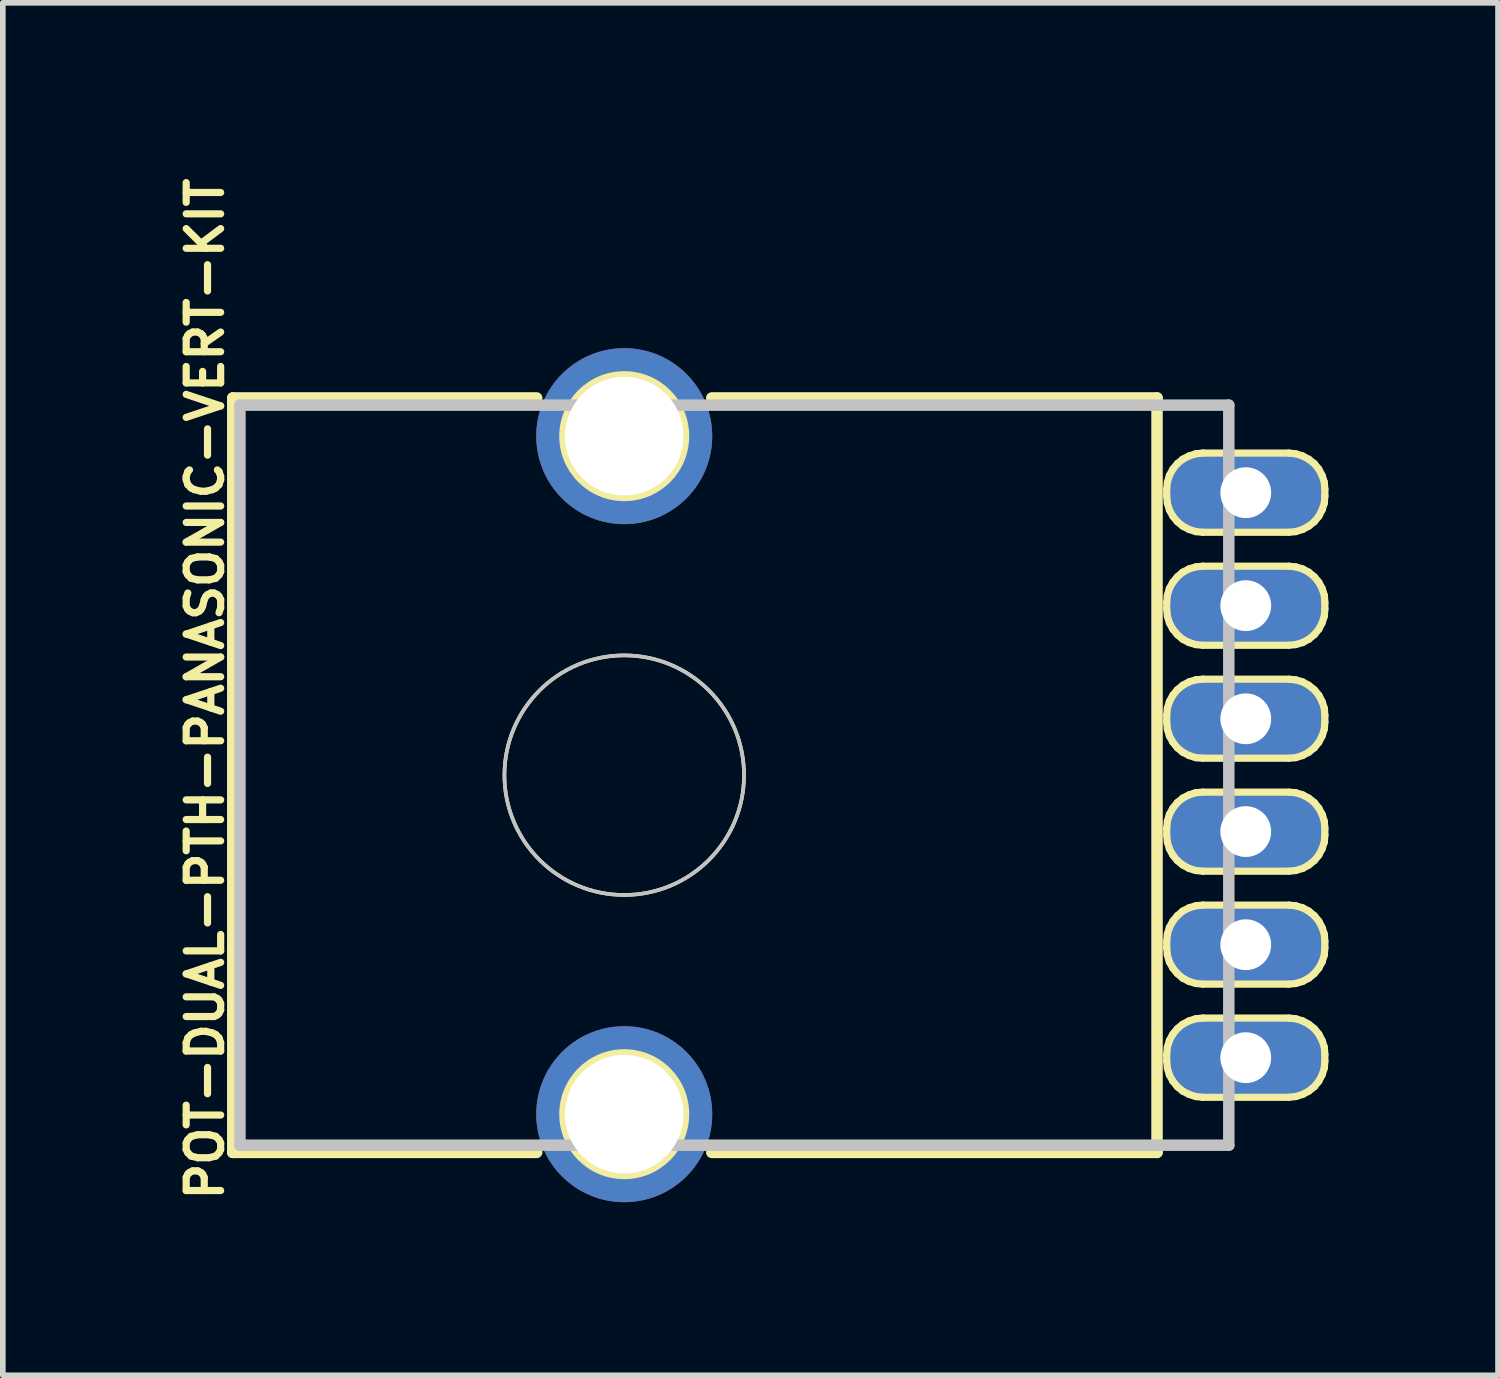
<source format=kicad_pcb>
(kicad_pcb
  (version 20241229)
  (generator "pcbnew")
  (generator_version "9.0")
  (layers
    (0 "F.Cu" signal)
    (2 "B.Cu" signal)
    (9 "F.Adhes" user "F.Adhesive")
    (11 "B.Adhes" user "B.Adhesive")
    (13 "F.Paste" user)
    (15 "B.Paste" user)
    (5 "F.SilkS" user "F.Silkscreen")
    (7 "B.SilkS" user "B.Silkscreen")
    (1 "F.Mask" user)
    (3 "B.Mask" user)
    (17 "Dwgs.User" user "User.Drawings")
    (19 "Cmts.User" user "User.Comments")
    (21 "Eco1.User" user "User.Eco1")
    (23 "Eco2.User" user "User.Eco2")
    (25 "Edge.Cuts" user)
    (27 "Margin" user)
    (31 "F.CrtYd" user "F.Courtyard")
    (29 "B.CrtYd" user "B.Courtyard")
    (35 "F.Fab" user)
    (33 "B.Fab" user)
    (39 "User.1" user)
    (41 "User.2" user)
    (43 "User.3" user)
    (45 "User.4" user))
  (footprint "POT-DUAL-PTH-PANASONIC-VERT-KIT"
    (layer "F.Cu")
    (at 7.996 10.667)
    (property "Reference" "POT-DUAL-PTH-PANASONIC-VERT-KIT" (at -7.417 -1.524 90) (layer "F.SilkS") (effects (font (size 0.61 0.61) (thickness 0.127))))
    (attr exclude_from_pos_files exclude_from_bom)
    (fp_line (start -6.927 -6.675) (end -1.549 -6.675) (stroke (width 0.203) (type solid)) (layer "F.SilkS"))
    (fp_line (start -6.927 6.675) (end -6.927 -6.675) (stroke (width 0.203) (type solid)) (layer "F.SilkS"))
    (fp_line (start -1.549 6.675) (end -6.927 6.675) (stroke (width 0.203) (type solid)) (layer "F.SilkS"))
    (fp_line (start 1.549 -6.675) (end 9.428 -6.675) (stroke (width 0.203) (type solid)) (layer "F.SilkS"))
    (fp_line (start 9.428 -6.675) (end 9.428 6.675) (stroke (width 0.203) (type solid)) (layer "F.SilkS"))
    (fp_line (start 9.428 6.675) (end 1.549 6.675) (stroke (width 0.203) (type solid)) (layer "F.SilkS"))
    (fp_line (start 9.599 -5.06) (end 9.611 -5.184) (stroke (width 0.127) (type solid)) (layer "F.SilkS"))
    (fp_line (start 9.599 -4.94) (end 9.599 -5.06) (stroke (width 0.127) (type solid)) (layer "F.SilkS"))
    (fp_line (start 9.599 -3.058) (end 9.611 -3.183) (stroke (width 0.127) (type solid)) (layer "F.SilkS"))
    (fp_line (start 9.599 -2.939) (end 9.599 -3.058) (stroke (width 0.127) (type solid)) (layer "F.SilkS"))
    (fp_line (start 9.599 -1.059) (end 9.611 -1.184) (stroke (width 0.127) (type solid)) (layer "F.SilkS"))
    (fp_line (start 9.599 -0.94) (end 9.599 -1.059) (stroke (width 0.127) (type solid)) (layer "F.SilkS"))
    (fp_line (start 9.599 0.94) (end 9.611 0.815) (stroke (width 0.127) (type solid)) (layer "F.SilkS"))
    (fp_line (start 9.599 1.059) (end 9.599 0.94) (stroke (width 0.127) (type solid)) (layer "F.SilkS"))
    (fp_line (start 9.599 2.939) (end 9.611 2.814) (stroke (width 0.127) (type solid)) (layer "F.SilkS"))
    (fp_line (start 9.599 3.058) (end 9.599 2.939) (stroke (width 0.127) (type solid)) (layer "F.SilkS"))
    (fp_line (start 9.599 4.94) (end 9.611 4.813) (stroke (width 0.127) (type solid)) (layer "F.SilkS"))
    (fp_line (start 9.599 5.06) (end 9.599 4.94) (stroke (width 0.127) (type solid)) (layer "F.SilkS"))
    (fp_line (start 9.611 -5.184) (end 9.647 -5.304) (stroke (width 0.127) (type solid)) (layer "F.SilkS"))
    (fp_line (start 9.611 -4.813) (end 9.599 -4.94) (stroke (width 0.127) (type solid)) (layer "F.SilkS"))
    (fp_line (start 9.611 -3.183) (end 9.647 -3.305) (stroke (width 0.127) (type solid)) (layer "F.SilkS"))
    (fp_line (start 9.611 -2.814) (end 9.599 -2.939) (stroke (width 0.127) (type solid)) (layer "F.SilkS"))
    (fp_line (start 9.611 -1.184) (end 9.647 -1.303) (stroke (width 0.127) (type solid)) (layer "F.SilkS"))
    (fp_line (start 9.611 -0.815) (end 9.599 -0.94) (stroke (width 0.127) (type solid)) (layer "F.SilkS"))
    (fp_line (start 9.611 0.815) (end 9.647 0.693) (stroke (width 0.127) (type solid)) (layer "F.SilkS"))
    (fp_line (start 9.611 1.184) (end 9.599 1.059) (stroke (width 0.127) (type solid)) (layer "F.SilkS"))
    (fp_line (start 9.611 2.814) (end 9.647 2.695) (stroke (width 0.127) (type solid)) (layer "F.SilkS"))
    (fp_line (start 9.611 3.183) (end 9.599 3.058) (stroke (width 0.127) (type solid)) (layer "F.SilkS"))
    (fp_line (start 9.611 4.813) (end 9.647 4.694) (stroke (width 0.127) (type solid)) (layer "F.SilkS"))
    (fp_line (start 9.611 5.184) (end 9.599 5.06) (stroke (width 0.127) (type solid)) (layer "F.SilkS"))
    (fp_line (start 9.647 -5.304) (end 9.708 -5.415) (stroke (width 0.127) (type solid)) (layer "F.SilkS"))
    (fp_line (start 9.647 -4.694) (end 9.611 -4.813) (stroke (width 0.127) (type solid)) (layer "F.SilkS"))
    (fp_line (start 9.647 -3.305) (end 9.708 -3.414) (stroke (width 0.127) (type solid)) (layer "F.SilkS"))
    (fp_line (start 9.647 -2.695) (end 9.611 -2.814) (stroke (width 0.127) (type solid)) (layer "F.SilkS"))
    (fp_line (start 9.647 -1.303) (end 9.708 -1.415) (stroke (width 0.127) (type solid)) (layer "F.SilkS"))
    (fp_line (start 9.647 -0.693) (end 9.611 -0.815) (stroke (width 0.127) (type solid)) (layer "F.SilkS"))
    (fp_line (start 9.647 0.693) (end 9.708 0.584) (stroke (width 0.127) (type solid)) (layer "F.SilkS"))
    (fp_line (start 9.647 1.303) (end 9.611 1.184) (stroke (width 0.127) (type solid)) (layer "F.SilkS"))
    (fp_line (start 9.647 2.695) (end 9.708 2.583) (stroke (width 0.127) (type solid)) (layer "F.SilkS"))
    (fp_line (start 9.647 3.305) (end 9.611 3.183) (stroke (width 0.127) (type solid)) (layer "F.SilkS"))
    (fp_line (start 9.647 4.694) (end 9.708 4.582) (stroke (width 0.127) (type solid)) (layer "F.SilkS"))
    (fp_line (start 9.647 5.304) (end 9.611 5.184) (stroke (width 0.127) (type solid)) (layer "F.SilkS"))
    (fp_line (start 9.708 -5.415) (end 9.787 -5.512) (stroke (width 0.127) (type solid)) (layer "F.SilkS"))
    (fp_line (start 9.708 -4.582) (end 9.647 -4.694) (stroke (width 0.127) (type solid)) (layer "F.SilkS"))
    (fp_line (start 9.708 -3.414) (end 9.787 -3.51) (stroke (width 0.127) (type solid)) (layer "F.SilkS"))
    (fp_line (start 9.708 -2.583) (end 9.647 -2.695) (stroke (width 0.127) (type solid)) (layer "F.SilkS"))
    (fp_line (start 9.708 -1.415) (end 9.787 -1.511) (stroke (width 0.127) (type solid)) (layer "F.SilkS"))
    (fp_line (start 9.708 -0.584) (end 9.647 -0.693) (stroke (width 0.127) (type solid)) (layer "F.SilkS"))
    (fp_line (start 9.708 0.584) (end 9.787 0.485) (stroke (width 0.127) (type solid)) (layer "F.SilkS"))
    (fp_line (start 9.708 1.415) (end 9.647 1.303) (stroke (width 0.127) (type solid)) (layer "F.SilkS"))
    (fp_line (start 9.708 2.583) (end 9.787 2.487) (stroke (width 0.127) (type solid)) (layer "F.SilkS"))
    (fp_line (start 9.708 3.414) (end 9.647 3.305) (stroke (width 0.127) (type solid)) (layer "F.SilkS"))
    (fp_line (start 9.708 4.582) (end 9.787 4.486) (stroke (width 0.127) (type solid)) (layer "F.SilkS"))
    (fp_line (start 9.708 5.415) (end 9.647 5.304) (stroke (width 0.127) (type solid)) (layer "F.SilkS"))
    (fp_line (start 9.787 -5.512) (end 9.883 -5.591) (stroke (width 0.127) (type solid)) (layer "F.SilkS"))
    (fp_line (start 9.787 -4.486) (end 9.708 -4.582) (stroke (width 0.127) (type solid)) (layer "F.SilkS"))
    (fp_line (start 9.787 -3.51) (end 9.883 -3.592) (stroke (width 0.127) (type solid)) (layer "F.SilkS"))
    (fp_line (start 9.787 -2.487) (end 9.708 -2.583) (stroke (width 0.127) (type solid)) (layer "F.SilkS"))
    (fp_line (start 9.787 -1.511) (end 9.883 -1.59) (stroke (width 0.127) (type solid)) (layer "F.SilkS"))
    (fp_line (start 9.787 -0.485) (end 9.708 -0.584) (stroke (width 0.127) (type solid)) (layer "F.SilkS"))
    (fp_line (start 9.787 0.485) (end 9.883 0.406) (stroke (width 0.127) (type solid)) (layer "F.SilkS"))
    (fp_line (start 9.787 1.511) (end 9.708 1.415) (stroke (width 0.127) (type solid)) (layer "F.SilkS"))
    (fp_line (start 9.787 2.487) (end 9.883 2.405) (stroke (width 0.127) (type solid)) (layer "F.SilkS"))
    (fp_line (start 9.787 3.51) (end 9.708 3.414) (stroke (width 0.127) (type solid)) (layer "F.SilkS"))
    (fp_line (start 9.787 4.486) (end 9.883 4.407) (stroke (width 0.127) (type solid)) (layer "F.SilkS"))
    (fp_line (start 9.787 5.512) (end 9.708 5.415) (stroke (width 0.127) (type solid)) (layer "F.SilkS"))
    (fp_line (start 9.883 -5.591) (end 9.995 -5.649) (stroke (width 0.127) (type solid)) (layer "F.SilkS"))
    (fp_line (start 9.883 -4.407) (end 9.787 -4.486) (stroke (width 0.127) (type solid)) (layer "F.SilkS"))
    (fp_line (start 9.883 -3.592) (end 9.995 -3.65) (stroke (width 0.127) (type solid)) (layer "F.SilkS"))
    (fp_line (start 9.883 -2.405) (end 9.787 -2.487) (stroke (width 0.127) (type solid)) (layer "F.SilkS"))
    (fp_line (start 9.883 -1.59) (end 9.995 -1.651) (stroke (width 0.127) (type solid)) (layer "F.SilkS"))
    (fp_line (start 9.883 -0.406) (end 9.787 -0.485) (stroke (width 0.127) (type solid)) (layer "F.SilkS"))
    (fp_line (start 9.883 0.406) (end 9.995 0.348) (stroke (width 0.127) (type solid)) (layer "F.SilkS"))
    (fp_line (start 9.883 1.59) (end 9.787 1.511) (stroke (width 0.127) (type solid)) (layer "F.SilkS"))
    (fp_line (start 9.883 2.405) (end 9.995 2.347) (stroke (width 0.127) (type solid)) (layer "F.SilkS"))
    (fp_line (start 9.883 3.592) (end 9.787 3.51) (stroke (width 0.127) (type solid)) (layer "F.SilkS"))
    (fp_line (start 9.883 4.407) (end 9.995 4.348) (stroke (width 0.127) (type solid)) (layer "F.SilkS"))
    (fp_line (start 9.883 5.591) (end 9.787 5.512) (stroke (width 0.127) (type solid)) (layer "F.SilkS"))
    (fp_line (start 9.995 -5.649) (end 10.114 -5.687) (stroke (width 0.127) (type solid)) (layer "F.SilkS"))
    (fp_line (start 9.995 -4.348) (end 9.883 -4.407) (stroke (width 0.127) (type solid)) (layer "F.SilkS"))
    (fp_line (start 9.995 -3.65) (end 10.114 -3.686) (stroke (width 0.127) (type solid)) (layer "F.SilkS"))
    (fp_line (start 9.995 -2.347) (end 9.883 -2.405) (stroke (width 0.127) (type solid)) (layer "F.SilkS"))
    (fp_line (start 9.995 -1.651) (end 10.114 -1.687) (stroke (width 0.127) (type solid)) (layer "F.SilkS"))
    (fp_line (start 9.995 -0.348) (end 9.883 -0.406) (stroke (width 0.127) (type solid)) (layer "F.SilkS"))
    (fp_line (start 9.995 0.348) (end 10.114 0.31) (stroke (width 0.127) (type solid)) (layer "F.SilkS"))
    (fp_line (start 9.995 1.651) (end 9.883 1.59) (stroke (width 0.127) (type solid)) (layer "F.SilkS"))
    (fp_line (start 9.995 2.347) (end 10.114 2.311) (stroke (width 0.127) (type solid)) (layer "F.SilkS"))
    (fp_line (start 9.995 3.65) (end 9.883 3.592) (stroke (width 0.127) (type solid)) (layer "F.SilkS"))
    (fp_line (start 9.995 4.348) (end 10.114 4.31) (stroke (width 0.127) (type solid)) (layer "F.SilkS"))
    (fp_line (start 9.995 5.649) (end 9.883 5.591) (stroke (width 0.127) (type solid)) (layer "F.SilkS"))
    (fp_line (start 10.114 -5.687) (end 10.239 -5.7) (stroke (width 0.127) (type solid)) (layer "F.SilkS"))
    (fp_line (start 10.114 -4.31) (end 9.995 -4.348) (stroke (width 0.127) (type solid)) (layer "F.SilkS"))
    (fp_line (start 10.114 -3.686) (end 10.239 -3.698) (stroke (width 0.127) (type solid)) (layer "F.SilkS"))
    (fp_line (start 10.114 -2.311) (end 9.995 -2.347) (stroke (width 0.127) (type solid)) (layer "F.SilkS"))
    (fp_line (start 10.114 -1.687) (end 10.239 -1.699) (stroke (width 0.127) (type solid)) (layer "F.SilkS"))
    (fp_line (start 10.114 -0.31) (end 9.995 -0.348) (stroke (width 0.127) (type solid)) (layer "F.SilkS"))
    (fp_line (start 10.114 0.31) (end 10.239 0.3) (stroke (width 0.127) (type solid)) (layer "F.SilkS"))
    (fp_line (start 10.114 1.687) (end 9.995 1.651) (stroke (width 0.127) (type solid)) (layer "F.SilkS"))
    (fp_line (start 10.114 2.311) (end 10.239 2.299) (stroke (width 0.127) (type solid)) (layer "F.SilkS"))
    (fp_line (start 10.114 3.686) (end 9.995 3.65) (stroke (width 0.127) (type solid)) (layer "F.SilkS"))
    (fp_line (start 10.114 4.31) (end 10.239 4.298) (stroke (width 0.127) (type solid)) (layer "F.SilkS"))
    (fp_line (start 10.114 5.687) (end 9.995 5.649) (stroke (width 0.127) (type solid)) (layer "F.SilkS"))
    (fp_line (start 10.239 -5.7) (end 11.758 -5.7) (stroke (width 0.127) (type solid)) (layer "F.SilkS"))
    (fp_line (start 10.239 -4.298) (end 10.114 -4.31) (stroke (width 0.127) (type solid)) (layer "F.SilkS"))
    (fp_line (start 10.239 -3.698) (end 11.758 -3.698) (stroke (width 0.127) (type solid)) (layer "F.SilkS"))
    (fp_line (start 10.239 -2.299) (end 10.114 -2.311) (stroke (width 0.127) (type solid)) (layer "F.SilkS"))
    (fp_line (start 10.239 -1.699) (end 11.758 -1.699) (stroke (width 0.127) (type solid)) (layer "F.SilkS"))
    (fp_line (start 10.239 -0.3) (end 10.114 -0.31) (stroke (width 0.127) (type solid)) (layer "F.SilkS"))
    (fp_line (start 10.239 0.3) (end 11.758 0.3) (stroke (width 0.127) (type solid)) (layer "F.SilkS"))
    (fp_line (start 10.239 1.699) (end 10.114 1.687) (stroke (width 0.127) (type solid)) (layer "F.SilkS"))
    (fp_line (start 10.239 2.299) (end 11.758 2.299) (stroke (width 0.127) (type solid)) (layer "F.SilkS"))
    (fp_line (start 10.239 3.698) (end 10.114 3.686) (stroke (width 0.127) (type solid)) (layer "F.SilkS"))
    (fp_line (start 10.239 4.298) (end 11.758 4.298) (stroke (width 0.127) (type solid)) (layer "F.SilkS"))
    (fp_line (start 10.239 5.7) (end 10.114 5.687) (stroke (width 0.127) (type solid)) (layer "F.SilkS"))
    (fp_line (start 11.758 -5.7) (end 11.882 -5.687) (stroke (width 0.127) (type solid)) (layer "F.SilkS"))
    (fp_line (start 11.758 -4.298) (end 10.239 -4.298) (stroke (width 0.127) (type solid)) (layer "F.SilkS"))
    (fp_line (start 11.758 -3.698) (end 11.882 -3.686) (stroke (width 0.127) (type solid)) (layer "F.SilkS"))
    (fp_line (start 11.758 -2.299) (end 10.239 -2.299) (stroke (width 0.127) (type solid)) (layer "F.SilkS"))
    (fp_line (start 11.758 -1.699) (end 11.882 -1.687) (stroke (width 0.127) (type solid)) (layer "F.SilkS"))
    (fp_line (start 11.758 -0.3) (end 10.239 -0.3) (stroke (width 0.127) (type solid)) (layer "F.SilkS"))
    (fp_line (start 11.758 0.3) (end 11.882 0.31) (stroke (width 0.127) (type solid)) (layer "F.SilkS"))
    (fp_line (start 11.758 1.699) (end 10.239 1.699) (stroke (width 0.127) (type solid)) (layer "F.SilkS"))
    (fp_line (start 11.758 2.299) (end 11.882 2.311) (stroke (width 0.127) (type solid)) (layer "F.SilkS"))
    (fp_line (start 11.758 3.698) (end 10.239 3.698) (stroke (width 0.127) (type solid)) (layer "F.SilkS"))
    (fp_line (start 11.758 4.298) (end 11.882 4.31) (stroke (width 0.127) (type solid)) (layer "F.SilkS"))
    (fp_line (start 11.758 5.7) (end 10.239 5.7) (stroke (width 0.127) (type solid)) (layer "F.SilkS"))
    (fp_line (start 11.882 -5.687) (end 12.004 -5.649) (stroke (width 0.127) (type solid)) (layer "F.SilkS"))
    (fp_line (start 11.882 -4.31) (end 11.758 -4.298) (stroke (width 0.127) (type solid)) (layer "F.SilkS"))
    (fp_line (start 11.882 -3.686) (end 12.004 -3.65) (stroke (width 0.127) (type solid)) (layer "F.SilkS"))
    (fp_line (start 11.882 -2.311) (end 11.758 -2.299) (stroke (width 0.127) (type solid)) (layer "F.SilkS"))
    (fp_line (start 11.882 -1.687) (end 12.004 -1.651) (stroke (width 0.127) (type solid)) (layer "F.SilkS"))
    (fp_line (start 11.882 -0.31) (end 11.758 -0.3) (stroke (width 0.127) (type solid)) (layer "F.SilkS"))
    (fp_line (start 11.882 0.31) (end 12.004 0.348) (stroke (width 0.127) (type solid)) (layer "F.SilkS"))
    (fp_line (start 11.882 1.687) (end 11.758 1.699) (stroke (width 0.127) (type solid)) (layer "F.SilkS"))
    (fp_line (start 11.882 2.311) (end 12.004 2.347) (stroke (width 0.127) (type solid)) (layer "F.SilkS"))
    (fp_line (start 11.882 3.686) (end 11.758 3.698) (stroke (width 0.127) (type solid)) (layer "F.SilkS"))
    (fp_line (start 11.882 4.31) (end 12.004 4.348) (stroke (width 0.127) (type solid)) (layer "F.SilkS"))
    (fp_line (start 11.882 5.687) (end 11.758 5.7) (stroke (width 0.127) (type solid)) (layer "F.SilkS"))
    (fp_line (start 12.004 -5.649) (end 12.113 -5.591) (stroke (width 0.127) (type solid)) (layer "F.SilkS"))
    (fp_line (start 12.004 -4.348) (end 11.882 -4.31) (stroke (width 0.127) (type solid)) (layer "F.SilkS"))
    (fp_line (start 12.004 -3.65) (end 12.113 -3.592) (stroke (width 0.127) (type solid)) (layer "F.SilkS"))
    (fp_line (start 12.004 -2.347) (end 11.882 -2.311) (stroke (width 0.127) (type solid)) (layer "F.SilkS"))
    (fp_line (start 12.004 -1.651) (end 12.113 -1.59) (stroke (width 0.127) (type solid)) (layer "F.SilkS"))
    (fp_line (start 12.004 -0.348) (end 11.882 -0.31) (stroke (width 0.127) (type solid)) (layer "F.SilkS"))
    (fp_line (start 12.004 0.348) (end 12.113 0.406) (stroke (width 0.127) (type solid)) (layer "F.SilkS"))
    (fp_line (start 12.004 1.651) (end 11.882 1.687) (stroke (width 0.127) (type solid)) (layer "F.SilkS"))
    (fp_line (start 12.004 2.347) (end 12.113 2.405) (stroke (width 0.127) (type solid)) (layer "F.SilkS"))
    (fp_line (start 12.004 3.65) (end 11.882 3.686) (stroke (width 0.127) (type solid)) (layer "F.SilkS"))
    (fp_line (start 12.004 4.348) (end 12.113 4.407) (stroke (width 0.127) (type solid)) (layer "F.SilkS"))
    (fp_line (start 12.004 5.649) (end 11.882 5.687) (stroke (width 0.127) (type solid)) (layer "F.SilkS"))
    (fp_line (start 12.113 -5.591) (end 12.212 -5.512) (stroke (width 0.127) (type solid)) (layer "F.SilkS"))
    (fp_line (start 12.113 -4.407) (end 12.004 -4.348) (stroke (width 0.127) (type solid)) (layer "F.SilkS"))
    (fp_line (start 12.113 -3.592) (end 12.212 -3.51) (stroke (width 0.127) (type solid)) (layer "F.SilkS"))
    (fp_line (start 12.113 -2.405) (end 12.004 -2.347) (stroke (width 0.127) (type solid)) (layer "F.SilkS"))
    (fp_line (start 12.113 -1.59) (end 12.212 -1.511) (stroke (width 0.127) (type solid)) (layer "F.SilkS"))
    (fp_line (start 12.113 -0.406) (end 12.004 -0.348) (stroke (width 0.127) (type solid)) (layer "F.SilkS"))
    (fp_line (start 12.113 0.406) (end 12.212 0.485) (stroke (width 0.127) (type solid)) (layer "F.SilkS"))
    (fp_line (start 12.113 1.59) (end 12.004 1.651) (stroke (width 0.127) (type solid)) (layer "F.SilkS"))
    (fp_line (start 12.113 2.405) (end 12.212 2.487) (stroke (width 0.127) (type solid)) (layer "F.SilkS"))
    (fp_line (start 12.113 3.592) (end 12.004 3.65) (stroke (width 0.127) (type solid)) (layer "F.SilkS"))
    (fp_line (start 12.113 4.407) (end 12.212 4.486) (stroke (width 0.127) (type solid)) (layer "F.SilkS"))
    (fp_line (start 12.113 5.591) (end 12.004 5.649) (stroke (width 0.127) (type solid)) (layer "F.SilkS"))
    (fp_line (start 12.212 -5.512) (end 12.291 -5.415) (stroke (width 0.127) (type solid)) (layer "F.SilkS"))
    (fp_line (start 12.212 -4.486) (end 12.113 -4.407) (stroke (width 0.127) (type solid)) (layer "F.SilkS"))
    (fp_line (start 12.212 -3.51) (end 12.291 -3.414) (stroke (width 0.127) (type solid)) (layer "F.SilkS"))
    (fp_line (start 12.212 -2.487) (end 12.113 -2.405) (stroke (width 0.127) (type solid)) (layer "F.SilkS"))
    (fp_line (start 12.212 -1.511) (end 12.291 -1.415) (stroke (width 0.127) (type solid)) (layer "F.SilkS"))
    (fp_line (start 12.212 -0.485) (end 12.113 -0.406) (stroke (width 0.127) (type solid)) (layer "F.SilkS"))
    (fp_line (start 12.212 0.485) (end 12.291 0.584) (stroke (width 0.127) (type solid)) (layer "F.SilkS"))
    (fp_line (start 12.212 1.511) (end 12.113 1.59) (stroke (width 0.127) (type solid)) (layer "F.SilkS"))
    (fp_line (start 12.212 2.487) (end 12.291 2.583) (stroke (width 0.127) (type solid)) (layer "F.SilkS"))
    (fp_line (start 12.212 3.51) (end 12.113 3.592) (stroke (width 0.127) (type solid)) (layer "F.SilkS"))
    (fp_line (start 12.212 4.486) (end 12.291 4.582) (stroke (width 0.127) (type solid)) (layer "F.SilkS"))
    (fp_line (start 12.212 5.512) (end 12.113 5.591) (stroke (width 0.127) (type solid)) (layer "F.SilkS"))
    (fp_line (start 12.291 -5.415) (end 12.349 -5.304) (stroke (width 0.127) (type solid)) (layer "F.SilkS"))
    (fp_line (start 12.291 -4.582) (end 12.212 -4.486) (stroke (width 0.127) (type solid)) (layer "F.SilkS"))
    (fp_line (start 12.291 -3.414) (end 12.349 -3.305) (stroke (width 0.127) (type solid)) (layer "F.SilkS"))
    (fp_line (start 12.291 -2.583) (end 12.212 -2.487) (stroke (width 0.127) (type solid)) (layer "F.SilkS"))
    (fp_line (start 12.291 -1.415) (end 12.349 -1.303) (stroke (width 0.127) (type solid)) (layer "F.SilkS"))
    (fp_line (start 12.291 -0.584) (end 12.212 -0.485) (stroke (width 0.127) (type solid)) (layer "F.SilkS"))
    (fp_line (start 12.291 0.584) (end 12.349 0.693) (stroke (width 0.127) (type solid)) (layer "F.SilkS"))
    (fp_line (start 12.291 1.415) (end 12.212 1.511) (stroke (width 0.127) (type solid)) (layer "F.SilkS"))
    (fp_line (start 12.291 2.583) (end 12.349 2.695) (stroke (width 0.127) (type solid)) (layer "F.SilkS"))
    (fp_line (start 12.291 3.414) (end 12.212 3.51) (stroke (width 0.127) (type solid)) (layer "F.SilkS"))
    (fp_line (start 12.291 4.582) (end 12.349 4.694) (stroke (width 0.127) (type solid)) (layer "F.SilkS"))
    (fp_line (start 12.291 5.415) (end 12.212 5.512) (stroke (width 0.127) (type solid)) (layer "F.SilkS"))
    (fp_line (start 12.349 -5.304) (end 12.388 -5.184) (stroke (width 0.127) (type solid)) (layer "F.SilkS"))
    (fp_line (start 12.349 -4.694) (end 12.291 -4.582) (stroke (width 0.127) (type solid)) (layer "F.SilkS"))
    (fp_line (start 12.349 -3.305) (end 12.388 -3.183) (stroke (width 0.127) (type solid)) (layer "F.SilkS"))
    (fp_line (start 12.349 -2.695) (end 12.291 -2.583) (stroke (width 0.127) (type solid)) (layer "F.SilkS"))
    (fp_line (start 12.349 -1.303) (end 12.388 -1.184) (stroke (width 0.127) (type solid)) (layer "F.SilkS"))
    (fp_line (start 12.349 -0.693) (end 12.291 -0.584) (stroke (width 0.127) (type solid)) (layer "F.SilkS"))
    (fp_line (start 12.349 0.693) (end 12.388 0.815) (stroke (width 0.127) (type solid)) (layer "F.SilkS"))
    (fp_line (start 12.349 1.303) (end 12.291 1.415) (stroke (width 0.127) (type solid)) (layer "F.SilkS"))
    (fp_line (start 12.349 2.695) (end 12.388 2.814) (stroke (width 0.127) (type solid)) (layer "F.SilkS"))
    (fp_line (start 12.349 3.305) (end 12.291 3.414) (stroke (width 0.127) (type solid)) (layer "F.SilkS"))
    (fp_line (start 12.349 4.694) (end 12.388 4.813) (stroke (width 0.127) (type solid)) (layer "F.SilkS"))
    (fp_line (start 12.349 5.304) (end 12.291 5.415) (stroke (width 0.127) (type solid)) (layer "F.SilkS"))
    (fp_line (start 12.388 -5.184) (end 12.398 -5.06) (stroke (width 0.127) (type solid)) (layer "F.SilkS"))
    (fp_line (start 12.388 -4.813) (end 12.349 -4.694) (stroke (width 0.127) (type solid)) (layer "F.SilkS"))
    (fp_line (start 12.388 -3.183) (end 12.398 -3.058) (stroke (width 0.127) (type solid)) (layer "F.SilkS"))
    (fp_line (start 12.388 -2.814) (end 12.349 -2.695) (stroke (width 0.127) (type solid)) (layer "F.SilkS"))
    (fp_line (start 12.388 -1.184) (end 12.398 -1.059) (stroke (width 0.127) (type solid)) (layer "F.SilkS"))
    (fp_line (start 12.388 -0.815) (end 12.349 -0.693) (stroke (width 0.127) (type solid)) (layer "F.SilkS"))
    (fp_line (start 12.388 0.815) (end 12.398 0.94) (stroke (width 0.127) (type solid)) (layer "F.SilkS"))
    (fp_line (start 12.388 1.184) (end 12.349 1.303) (stroke (width 0.127) (type solid)) (layer "F.SilkS"))
    (fp_line (start 12.388 2.814) (end 12.398 2.939) (stroke (width 0.127) (type solid)) (layer "F.SilkS"))
    (fp_line (start 12.388 3.183) (end 12.349 3.305) (stroke (width 0.127) (type solid)) (layer "F.SilkS"))
    (fp_line (start 12.388 4.813) (end 12.398 4.94) (stroke (width 0.127) (type solid)) (layer "F.SilkS"))
    (fp_line (start 12.388 5.184) (end 12.349 5.304) (stroke (width 0.127) (type solid)) (layer "F.SilkS"))
    (fp_line (start 12.398 -5.06) (end 12.398 -4.94) (stroke (width 0.127) (type solid)) (layer "F.SilkS"))
    (fp_line (start 12.398 -4.94) (end 12.388 -4.813) (stroke (width 0.127) (type solid)) (layer "F.SilkS"))
    (fp_line (start 12.398 -3.058) (end 12.398 -2.939) (stroke (width 0.127) (type solid)) (layer "F.SilkS"))
    (fp_line (start 12.398 -2.939) (end 12.388 -2.814) (stroke (width 0.127) (type solid)) (layer "F.SilkS"))
    (fp_line (start 12.398 -1.059) (end 12.398 -0.94) (stroke (width 0.127) (type solid)) (layer "F.SilkS"))
    (fp_line (start 12.398 -0.94) (end 12.388 -0.815) (stroke (width 0.127) (type solid)) (layer "F.SilkS"))
    (fp_line (start 12.398 0.94) (end 12.398 1.059) (stroke (width 0.127) (type solid)) (layer "F.SilkS"))
    (fp_line (start 12.398 1.059) (end 12.388 1.184) (stroke (width 0.127) (type solid)) (layer "F.SilkS"))
    (fp_line (start 12.398 2.939) (end 12.398 3.058) (stroke (width 0.127) (type solid)) (layer "F.SilkS"))
    (fp_line (start 12.398 3.058) (end 12.388 3.183) (stroke (width 0.127) (type solid)) (layer "F.SilkS"))
    (fp_line (start 12.398 4.94) (end 12.398 5.06) (stroke (width 0.127) (type solid)) (layer "F.SilkS"))
    (fp_line (start 12.398 5.06) (end 12.388 5.184) (stroke (width 0.127) (type solid)) (layer "F.SilkS"))
    (fp_circle (center 0 -5.999) (end -0.813 -6.812) (stroke (width 0) (type solid)) (fill yes) (layer "F.SilkS"))
    (fp_circle (center 0 -5.999) (end -0.523 -6.523) (stroke (width 0) (type solid)) (fill yes) (layer "F.SilkS"))
    (fp_circle (center 0 0) (end -1.499 1.499) (stroke (width 0.064) (type solid)) (fill no) (layer "F.SilkS"))
    (fp_circle (center 0 5.999) (end -0.813 6.812) (stroke (width 0) (type solid)) (fill yes) (layer "F.SilkS"))
    (fp_circle (center 0 5.999) (end -0.523 6.523) (stroke (width 0) (type solid)) (fill yes) (layer "F.SilkS"))
    (fp_circle (center 10.998 -4.999) (end 11.222 -5.222) (stroke (width 0) (type solid)) (fill yes) (layer "F.SilkS"))
    (fp_circle (center 10.998 -3) (end 11.222 -3.223) (stroke (width 0) (type solid)) (fill yes) (layer "F.SilkS"))
    (fp_circle (center 10.998 -0.998) (end 11.222 -1.222) (stroke (width 0) (type solid)) (fill yes) (layer "F.SilkS"))
    (fp_circle (center 10.998 0.998) (end 11.222 1.222) (stroke (width 0) (type solid)) (fill yes) (layer "F.SilkS"))
    (fp_circle (center 10.998 3) (end 11.222 3.223) (stroke (width 0) (type solid)) (fill yes) (layer "F.SilkS"))
    (fp_circle (center 10.998 4.999) (end 11.222 5.222) (stroke (width 0) (type solid)) (fill yes) (layer "F.SilkS"))
    (fp_line (start -6.8 -6.548) (end 10.698 -6.548) (stroke (width 0.203) (type solid)) (layer "Dwgs.User"))
    (fp_line (start -6.8 6.548) (end -6.8 -6.548) (stroke (width 0.203) (type solid)) (layer "Dwgs.User"))
    (fp_line (start 10.698 -6.548) (end 10.698 6.548) (stroke (width 0.203) (type solid)) (layer "Dwgs.User"))
    (fp_line (start 10.698 6.548) (end -6.8 6.548) (stroke (width 0.203) (type solid)) (layer "Dwgs.User"))
    (fp_circle (center 0 0) (end -1.499 1.499) (stroke (width 0.064) (type solid)) (fill no) (layer "Dwgs.User"))
    (pad "A1" thru_hole oval (at 10.998 3 90) (size 1.407 2.814) (drill 0.899) (layers "*.Cu" "*.Paste" "*.Mask"))
    (pad "A2" thru_hole oval (at 10.998 4.999 90) (size 1.407 2.814) (drill 0.899) (layers "*.Cu" "*.Paste" "*.Mask"))
    (pad "A3" thru_hole oval (at 10.998 -4.999 90) (size 1.407 2.814) (drill 0.899) (layers "*.Cu" "*.Paste" "*.Mask"))
    (pad "B1" thru_hole oval (at 10.998 0.998 90) (size 1.407 2.814) (drill 0.899) (layers "*.Cu" "*.Paste" "*.Mask"))
    (pad "B2" thru_hole oval (at 10.998 -0.998 90) (size 1.407 2.814) (drill 0.899) (layers "*.Cu" "*.Paste" "*.Mask"))
    (pad "B3" thru_hole oval (at 10.998 -3 90) (size 1.407 2.814) (drill 0.899) (layers "*.Cu" "*.Paste" "*.Mask"))
    (pad "P$4" thru_hole circle (at 0 5.999 90) (size 3.114 3.114) (drill 2.098) (layers "*.Cu" "*.Paste" "*.Mask"))
    (pad "P$5" thru_hole circle (at 0 -5.999 90) (size 3.114 3.114) (drill 2.098) (layers "*.Cu" "*.Paste" "*.Mask")))
  (gr_rect
    (start -3 -3)
    (end 23.458 21.286)
    (stroke (width 0.1) (type default))
    (fill no)
    (layer "Edge.Cuts")))
</source>
